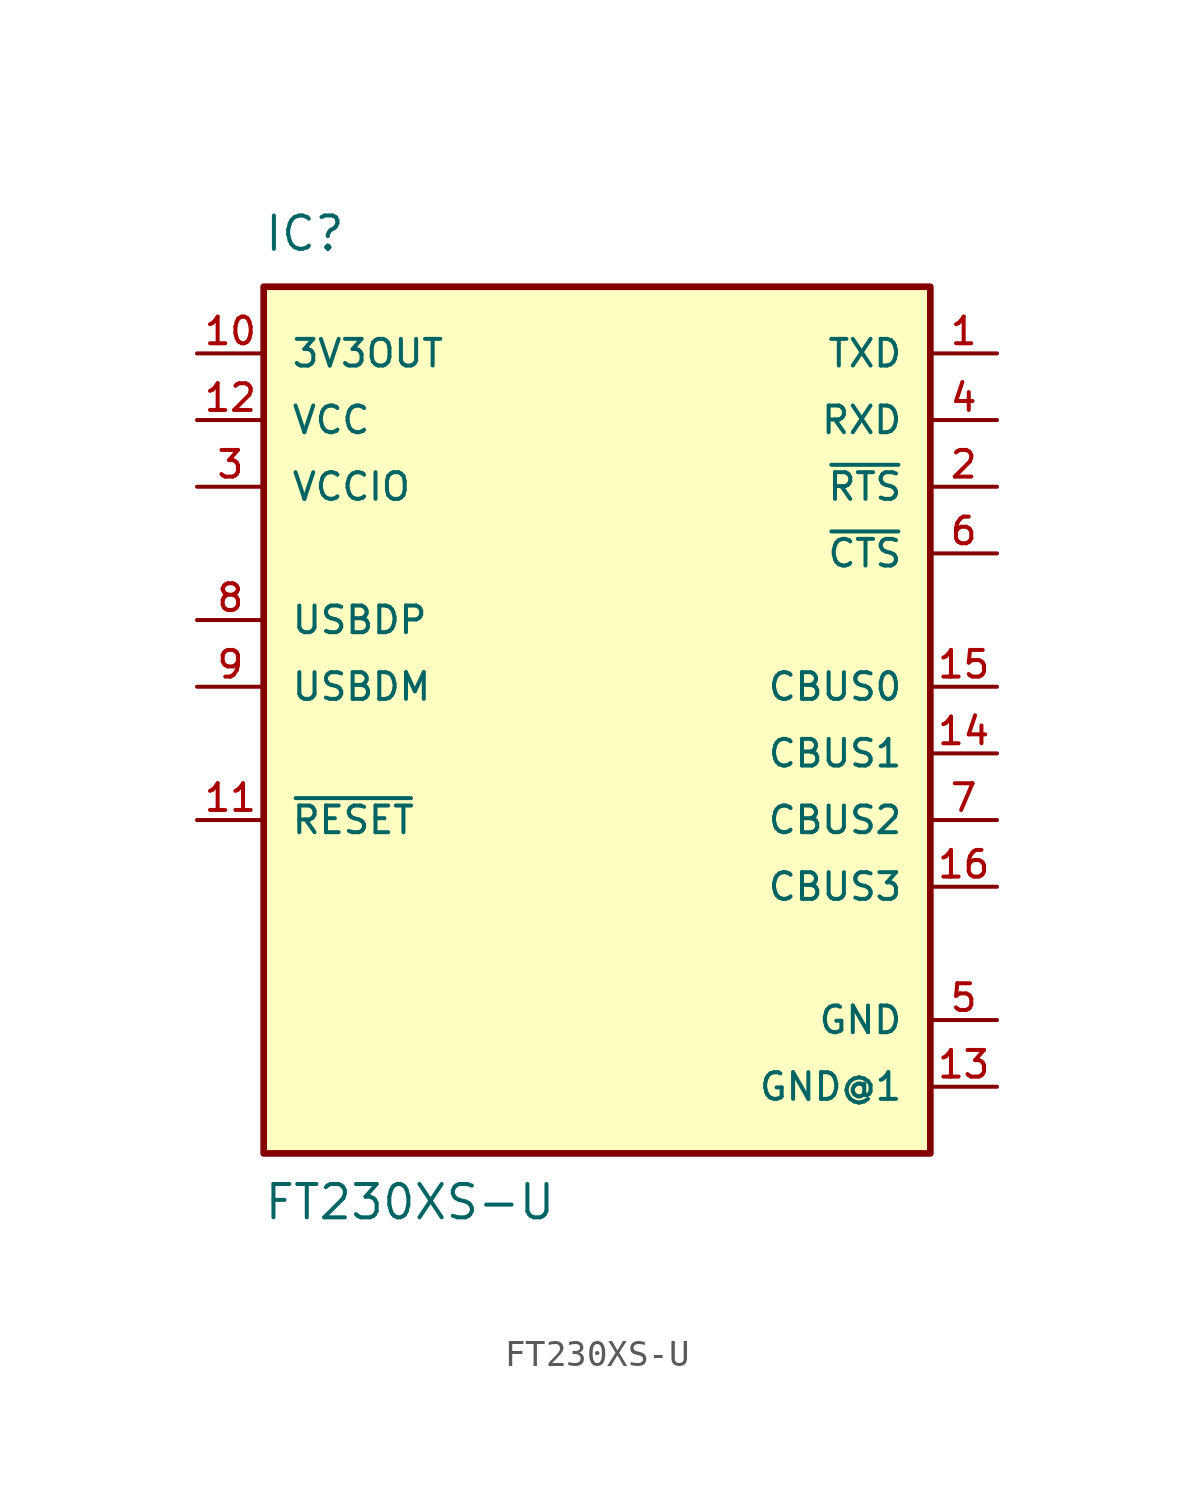
<source format=kicad_sym>
(kicad_symbol_lib
  (version 20241209)
  (generator "kicad_symbol_editor")
  (generator_version "9.0")
  (symbol "FT230XS-U"
    (pin_names
      (offset 1.016))
    (property "Reference" "IC"
      (at -12.713 11.441 0)
      (effects (font (size 1.27 1.27)) (justify left bottom)))
    (property "Value" "FT230XS-U"
      (at -12.73 -25.459 0)
      (effects (font (size 1.27 1.27)) (justify left bottom)))
    (symbol "FT230XS-U_0_0"
      (rectangle (start -12.7 -22.86) (end 12.7 10.16) (stroke (width 0.254) (type default)) (fill (type background)))
      (pin output line (at -15.24 7.62 0) (length 2.54) (name "3V3OUT" (effects (font (size 1.016 1.016)))) (number "10" (effects (font (size 1.016 1.016)))))
      (pin power_in line (at -15.24 5.08 0) (length 2.54) (name "VCC" (effects (font (size 1.016 1.016)))) (number "12" (effects (font (size 1.016 1.016)))))
      (pin power_in line (at -15.24 2.54 0) (length 2.54) (name "VCCIO" (effects (font (size 1.016 1.016)))) (number "3" (effects (font (size 1.016 1.016)))))
      (pin input line (at -15.24 -2.54 0) (length 2.54) (name "USBDP" (effects (font (size 1.016 1.016)))) (number "8" (effects (font (size 1.016 1.016)))))
      (pin input line (at -15.24 -5.08 0) (length 2.54) (name "USBDM" (effects (font (size 1.016 1.016)))) (number "9" (effects (font (size 1.016 1.016)))))
      (pin input line (at -15.24 -10.16 0) (length 2.54) (name "~{RESET}" (effects (font (size 1.016 1.016)))) (number "11" (effects (font (size 1.016 1.016)))))
      (pin output line (at 15.24 7.62 180) (length 2.54) (name "TXD" (effects (font (size 1.016 1.016)))) (number "1" (effects (font (size 1.016 1.016)))))
      (pin input line (at 15.24 5.08 180) (length 2.54) (name "RXD" (effects (font (size 1.016 1.016)))) (number "4" (effects (font (size 1.016 1.016)))))
      (pin output line (at 15.24 2.54 180) (length 2.54) (name "~{RTS}" (effects (font (size 1.016 1.016)))) (number "2" (effects (font (size 1.016 1.016)))))
      (pin input line (at 15.24 0 180) (length 2.54) (name "~{CTS}" (effects (font (size 1.016 1.016)))) (number "6" (effects (font (size 1.016 1.016)))))
      (pin bidirectional line (at 15.24 -5.08 180) (length 2.54) (name "CBUS0" (effects (font (size 1.016 1.016)))) (number "15" (effects (font (size 1.016 1.016)))))
      (pin bidirectional line (at 15.24 -7.62 180) (length 2.54) (name "CBUS1" (effects (font (size 1.016 1.016)))) (number "14" (effects (font (size 1.016 1.016)))))
      (pin bidirectional line (at 15.24 -10.16 180) (length 2.54) (name "CBUS2" (effects (font (size 1.016 1.016)))) (number "7" (effects (font (size 1.016 1.016)))))
      (pin bidirectional line (at 15.24 -12.7 180) (length 2.54) (name "CBUS3" (effects (font (size 1.016 1.016)))) (number "16" (effects (font (size 1.016 1.016)))))
      (pin power_in line (at 15.24 -17.78 180) (length 2.54) (name "GND" (effects (font (size 1.016 1.016)))) (number "5" (effects (font (size 1.016 1.016)))))
      (pin power_in line (at 15.24 -20.32 180) (length 2.54) (name "GND@1" (effects (font (size 1.016 1.016)))) (number "13" (effects (font (size 1.016 1.016))))))))
</source>
